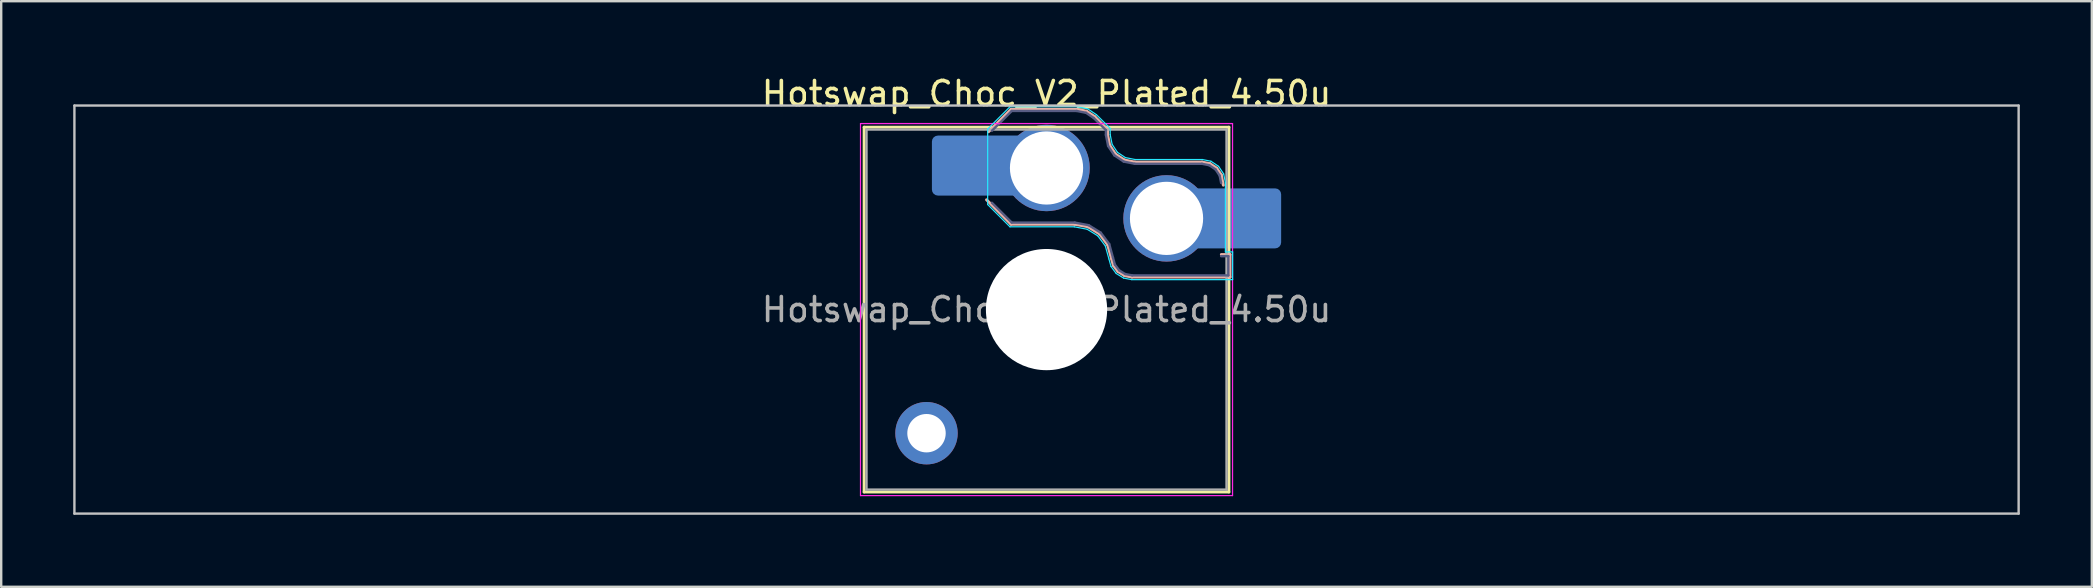
<source format=kicad_pcb>
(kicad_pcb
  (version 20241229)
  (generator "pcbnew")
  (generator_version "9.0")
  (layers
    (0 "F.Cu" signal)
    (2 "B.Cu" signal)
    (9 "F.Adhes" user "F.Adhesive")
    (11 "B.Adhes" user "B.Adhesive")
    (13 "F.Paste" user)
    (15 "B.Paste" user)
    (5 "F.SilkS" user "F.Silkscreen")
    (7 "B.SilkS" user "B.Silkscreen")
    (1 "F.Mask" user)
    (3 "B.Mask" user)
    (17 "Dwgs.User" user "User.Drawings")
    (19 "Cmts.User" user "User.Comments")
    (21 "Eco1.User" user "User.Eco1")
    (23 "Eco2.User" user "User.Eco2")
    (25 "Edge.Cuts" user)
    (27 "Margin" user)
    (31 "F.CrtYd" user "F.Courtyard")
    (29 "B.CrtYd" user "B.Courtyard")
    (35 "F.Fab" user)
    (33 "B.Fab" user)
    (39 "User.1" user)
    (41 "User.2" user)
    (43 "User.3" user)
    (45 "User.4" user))
  (footprint "Hotswap_Choc_V2_Plated_4.50u"
    (layer "F.Cu")
    (at 40.55 9.848)
    (property "Reference" "Hotswap_Choc_V2_Plated_4.50u" (at 0 -9 0) (layer "F.SilkS") (effects (font (size 1 1) (thickness 0.15))))
    (attr smd)
    (fp_line (start -7.6 -7.6) (end -7.6 7.6) (stroke (width 0.12) (type solid)) (layer "F.SilkS"))
    (fp_line (start -7.6 7.6) (end 7.6 7.6) (stroke (width 0.12) (type solid)) (layer "F.SilkS"))
    (fp_line (start 7.6 -7.6) (end -7.6 -7.6) (stroke (width 0.12) (type solid)) (layer "F.SilkS"))
    (fp_line (start 7.6 7.6) (end 7.6 -7.6) (stroke (width 0.12) (type solid)) (layer "F.SilkS"))
    (fp_line (start -2.416 -7.409) (end -1.479 -8.346) (stroke (width 0.12) (type solid)) (layer "B.SilkS"))
    (fp_line (start -1.479 -8.346) (end 1.268 -8.346) (stroke (width 0.12) (type solid)) (layer "B.SilkS"))
    (fp_line (start -1.479 -3.554) (end -2.5 -4.575) (stroke (width 0.12) (type solid)) (layer "B.SilkS"))
    (fp_line (start 1.168 -3.554) (end -1.479 -3.554) (stroke (width 0.12) (type solid)) (layer "B.SilkS"))
    (fp_line (start 1.268 -8.346) (end 1.671 -8.266) (stroke (width 0.12) (type solid)) (layer "B.SilkS"))
    (fp_line (start 1.671 -8.266) (end 2.013 -8.037) (stroke (width 0.12) (type solid)) (layer "B.SilkS"))
    (fp_line (start 1.73 -3.449) (end 1.168 -3.554) (stroke (width 0.12) (type solid)) (layer "B.SilkS"))
    (fp_line (start 2.013 -8.037) (end 2.546 -7.504) (stroke (width 0.12) (type solid)) (layer "B.SilkS"))
    (fp_line (start 2.209 -3.15) (end 1.73 -3.449) (stroke (width 0.12) (type solid)) (layer "B.SilkS"))
    (fp_line (start 2.546 -7.504) (end 2.546 -7.282) (stroke (width 0.12) (type solid)) (layer "B.SilkS"))
    (fp_line (start 2.546 -7.282) (end 2.633 -6.844) (stroke (width 0.12) (type solid)) (layer "B.SilkS"))
    (fp_line (start 2.547 -2.697) (end 2.209 -3.15) (stroke (width 0.12) (type solid)) (layer "B.SilkS"))
    (fp_line (start 2.633 -6.844) (end 2.877 -6.477) (stroke (width 0.12) (type solid)) (layer "B.SilkS"))
    (fp_line (start 2.701 -2.139) (end 2.547 -2.697) (stroke (width 0.12) (type solid)) (layer "B.SilkS"))
    (fp_line (start 2.783 -1.841) (end 2.701 -2.139) (stroke (width 0.12) (type solid)) (layer "B.SilkS"))
    (fp_line (start 2.877 -6.477) (end 3.244 -6.233) (stroke (width 0.12) (type solid)) (layer "B.SilkS"))
    (fp_line (start 2.976 -1.583) (end 2.783 -1.841) (stroke (width 0.12) (type solid)) (layer "B.SilkS"))
    (fp_line (start 3.244 -6.233) (end 3.682 -6.146) (stroke (width 0.12) (type solid)) (layer "B.SilkS"))
    (fp_line (start 3.25 -1.413) (end 2.976 -1.583) (stroke (width 0.12) (type solid)) (layer "B.SilkS"))
    (fp_line (start 3.56 -1.354) (end 3.25 -1.413) (stroke (width 0.12) (type solid)) (layer "B.SilkS"))
    (fp_line (start 3.682 -6.146) (end 6.482 -6.146) (stroke (width 0.12) (type solid)) (layer "B.SilkS"))
    (fp_line (start 6.482 -6.146) (end 6.809 -6.081) (stroke (width 0.12) (type solid)) (layer "B.SilkS"))
    (fp_line (start 6.809 -6.081) (end 7.092 -5.892) (stroke (width 0.12) (type solid)) (layer "B.SilkS"))
    (fp_line (start 7.092 -5.892) (end 7.281 -5.609) (stroke (width 0.12) (type solid)) (layer "B.SilkS"))
    (fp_line (start 7.281 -5.609) (end 7.366 -5.182) (stroke (width 0.12) (type solid)) (layer "B.SilkS"))
    (fp_line (start 7.283 -2.296) (end 7.646 -2.296) (stroke (width 0.12) (type solid)) (layer "B.SilkS"))
    (fp_line (start 7.646 -2.296) (end 7.646 -1.354) (stroke (width 0.12) (type solid)) (layer "B.SilkS"))
    (fp_line (start 7.646 -1.354) (end 3.56 -1.354) (stroke (width 0.12) (type solid)) (layer "B.SilkS"))
    (fp_line (start -40.5 -8.5) (end -40.5 8.5) (stroke (width 0.1) (type solid)) (layer "Dwgs.User"))
    (fp_line (start -40.5 8.5) (end 40.5 8.5) (stroke (width 0.1) (type solid)) (layer "Dwgs.User"))
    (fp_line (start 40.5 -8.5) (end -40.5 -8.5) (stroke (width 0.1) (type solid)) (layer "Dwgs.User"))
    (fp_line (start 40.5 8.5) (end 40.5 -8.5) (stroke (width 0.1) (type solid)) (layer "Dwgs.User"))
    (fp_line (start -7.25 -7.25) (end -7.25 7.25) (stroke (width 0.1) (type solid)) (layer "Eco1.User"))
    (fp_line (start -7.25 7.25) (end 7.25 7.25) (stroke (width 0.1) (type solid)) (layer "Eco1.User"))
    (fp_line (start 7.25 -7.25) (end -7.25 -7.25) (stroke (width 0.1) (type solid)) (layer "Eco1.User"))
    (fp_line (start 7.25 7.25) (end 7.25 -7.25) (stroke (width 0.1) (type solid)) (layer "Eco1.User"))
    (fp_line (start -2.452 -7.523) (end -1.523 -8.452) (stroke (width 0.05) (type solid)) (layer "B.CrtYd"))
    (fp_line (start -2.452 -4.377) (end -2.452 -7.523) (stroke (width 0.05) (type solid)) (layer "B.CrtYd"))
    (fp_line (start -1.523 -8.452) (end 1.278 -8.452) (stroke (width 0.05) (type solid)) (layer "B.CrtYd"))
    (fp_line (start -1.523 -3.448) (end -2.452 -4.377) (stroke (width 0.05) (type solid)) (layer "B.CrtYd"))
    (fp_line (start 1.159 -3.448) (end -1.523 -3.448) (stroke (width 0.05) (type solid)) (layer "B.CrtYd"))
    (fp_line (start 1.278 -8.452) (end 1.712 -8.366) (stroke (width 0.05) (type solid)) (layer "B.CrtYd"))
    (fp_line (start 1.691 -3.348) (end 1.159 -3.448) (stroke (width 0.05) (type solid)) (layer "B.CrtYd"))
    (fp_line (start 1.712 -8.366) (end 2.081 -8.119) (stroke (width 0.05) (type solid)) (layer "B.CrtYd"))
    (fp_line (start 2.081 -8.119) (end 2.652 -7.548) (stroke (width 0.05) (type solid)) (layer "B.CrtYd"))
    (fp_line (start 2.136 -3.071) (end 1.691 -3.348) (stroke (width 0.05) (type solid)) (layer "B.CrtYd"))
    (fp_line (start 2.45 -2.65) (end 2.136 -3.071) (stroke (width 0.05) (type solid)) (layer "B.CrtYd"))
    (fp_line (start 2.599 -2.111) (end 2.45 -2.65) (stroke (width 0.05) (type solid)) (layer "B.CrtYd"))
    (fp_line (start 2.652 -7.548) (end 2.652 -7.292) (stroke (width 0.05) (type solid)) (layer "B.CrtYd"))
    (fp_line (start 2.652 -7.292) (end 2.733 -6.885) (stroke (width 0.05) (type solid)) (layer "B.CrtYd"))
    (fp_line (start 2.687 -1.794) (end 2.599 -2.111) (stroke (width 0.05) (type solid)) (layer "B.CrtYd"))
    (fp_line (start 2.733 -6.885) (end 2.953 -6.553) (stroke (width 0.05) (type solid)) (layer "B.CrtYd"))
    (fp_line (start 2.903 -1.503) (end 2.687 -1.794) (stroke (width 0.05) (type solid)) (layer "B.CrtYd"))
    (fp_line (start 2.953 -6.553) (end 3.285 -6.333) (stroke (width 0.05) (type solid)) (layer "B.CrtYd"))
    (fp_line (start 3.211 -1.312) (end 2.903 -1.503) (stroke (width 0.05) (type solid)) (layer "B.CrtYd"))
    (fp_line (start 3.285 -6.333) (end 3.692 -6.252) (stroke (width 0.05) (type solid)) (layer "B.CrtYd"))
    (fp_line (start 3.55 -1.248) (end 3.211 -1.312) (stroke (width 0.05) (type solid)) (layer "B.CrtYd"))
    (fp_line (start 3.692 -6.252) (end 6.492 -6.252) (stroke (width 0.05) (type solid)) (layer "B.CrtYd"))
    (fp_line (start 6.492 -6.252) (end 6.85 -6.181) (stroke (width 0.05) (type solid)) (layer "B.CrtYd"))
    (fp_line (start 6.85 -6.181) (end 7.168 -5.968) (stroke (width 0.05) (type solid)) (layer "B.CrtYd"))
    (fp_line (start 7.168 -5.968) (end 7.381 -5.65) (stroke (width 0.05) (type solid)) (layer "B.CrtYd"))
    (fp_line (start 7.381 -5.65) (end 7.452 -5.292) (stroke (width 0.05) (type solid)) (layer "B.CrtYd"))
    (fp_line (start 7.452 -5.292) (end 7.452 -2.402) (stroke (width 0.05) (type solid)) (layer "B.CrtYd"))
    (fp_line (start 7.452 -2.402) (end 7.752 -2.402) (stroke (width 0.05) (type solid)) (layer "B.CrtYd"))
    (fp_line (start 7.752 -2.402) (end 7.752 -1.248) (stroke (width 0.05) (type solid)) (layer "B.CrtYd"))
    (fp_line (start 7.752 -1.248) (end 3.55 -1.248) (stroke (width 0.05) (type solid)) (layer "B.CrtYd"))
    (fp_line (start -7.75 -7.75) (end -7.75 7.75) (stroke (width 0.05) (type solid)) (layer "F.CrtYd"))
    (fp_line (start -7.75 7.75) (end 7.75 7.75) (stroke (width 0.05) (type solid)) (layer "F.CrtYd"))
    (fp_line (start 7.75 -7.75) (end -7.75 -7.75) (stroke (width 0.05) (type solid)) (layer "F.CrtYd"))
    (fp_line (start 7.75 7.75) (end 7.75 -7.75) (stroke (width 0.05) (type solid)) (layer "F.CrtYd"))
    (fp_line (start -2.275 -7.45) (end -1.45 -8.275) (stroke (width 0.1) (type solid)) (layer "B.Fab"))
    (fp_line (start -1.45 -8.275) (end 1.261 -8.275) (stroke (width 0.1) (type solid)) (layer "B.Fab"))
    (fp_line (start -1.45 -3.625) (end -2.275 -4.45) (stroke (width 0.1) (type solid)) (layer "B.Fab"))
    (fp_line (start 1.175 -3.625) (end -1.45 -3.625) (stroke (width 0.1) (type solid)) (layer "B.Fab"))
    (fp_line (start 1.261 -8.275) (end 1.643 -8.199) (stroke (width 0.1) (type solid)) (layer "B.Fab"))
    (fp_line (start 1.643 -8.199) (end 1.968 -7.982) (stroke (width 0.1) (type solid)) (layer "B.Fab"))
    (fp_line (start 1.756 -3.516) (end 1.175 -3.625) (stroke (width 0.1) (type solid)) (layer "B.Fab"))
    (fp_line (start 1.968 -7.982) (end 2.475 -7.475) (stroke (width 0.1) (type solid)) (layer "B.Fab"))
    (fp_line (start 2.258 -3.203) (end 1.756 -3.516) (stroke (width 0.1) (type solid)) (layer "B.Fab"))
    (fp_line (start 2.475 -7.475) (end 2.475 -7.275) (stroke (width 0.1) (type solid)) (layer "B.Fab"))
    (fp_line (start 2.475 -7.275) (end 2.566 -6.816) (stroke (width 0.1) (type solid)) (layer "B.Fab"))
    (fp_line (start 2.566 -6.816) (end 2.826 -6.426) (stroke (width 0.1) (type solid)) (layer "B.Fab"))
    (fp_line (start 2.612 -2.729) (end 2.258 -3.203) (stroke (width 0.1) (type solid)) (layer "B.Fab"))
    (fp_line (start 2.769 -2.158) (end 2.612 -2.729) (stroke (width 0.1) (type solid)) (layer "B.Fab"))
    (fp_line (start 2.826 -6.426) (end 3.216 -6.166) (stroke (width 0.1) (type solid)) (layer "B.Fab"))
    (fp_line (start 2.848 -1.873) (end 2.769 -2.158) (stroke (width 0.1) (type solid)) (layer "B.Fab"))
    (fp_line (start 3.025 -1.636) (end 2.848 -1.873) (stroke (width 0.1) (type solid)) (layer "B.Fab"))
    (fp_line (start 3.216 -6.166) (end 3.675 -6.075) (stroke (width 0.1) (type solid)) (layer "B.Fab"))
    (fp_line (start 3.276 -1.48) (end 3.025 -1.636) (stroke (width 0.1) (type solid)) (layer "B.Fab"))
    (fp_line (start 3.567 -1.425) (end 3.276 -1.48) (stroke (width 0.1) (type solid)) (layer "B.Fab"))
    (fp_line (start 3.675 -6.075) (end 6.475 -6.075) (stroke (width 0.1) (type solid)) (layer "B.Fab"))
    (fp_line (start 6.475 -6.075) (end 6.781 -6.014) (stroke (width 0.1) (type solid)) (layer "B.Fab"))
    (fp_line (start 6.781 -6.014) (end 7.041 -5.841) (stroke (width 0.1) (type solid)) (layer "B.Fab"))
    (fp_line (start 7.041 -5.841) (end 7.214 -5.581) (stroke (width 0.1) (type solid)) (layer "B.Fab"))
    (fp_line (start 7.214 -5.581) (end 7.275 -5.275) (stroke (width 0.1) (type solid)) (layer "B.Fab"))
    (fp_line (start 7.275 -2.225) (end 7.575 -2.225) (stroke (width 0.1) (type solid)) (layer "B.Fab"))
    (fp_line (start 7.575 -2.225) (end 7.575 -1.425) (stroke (width 0.1) (type solid)) (layer "B.Fab"))
    (fp_line (start 7.575 -1.425) (end 3.567 -1.425) (stroke (width 0.1) (type solid)) (layer "B.Fab"))
    (fp_line (start -7.5 -7.5) (end -7.5 7.5) (stroke (width 0.1) (type solid)) (layer "F.Fab"))
    (fp_line (start -7.5 7.5) (end 7.5 7.5) (stroke (width 0.1) (type solid)) (layer "F.Fab"))
    (fp_line (start 7.5 -7.5) (end -7.5 -7.5) (stroke (width 0.1) (type solid)) (layer "F.Fab"))
    (fp_line (start 7.5 7.5) (end 7.5 -7.5) (stroke (width 0.1) (type solid)) (layer "F.Fab"))
    (fp_text user "${REFERENCE}" (at 0 0 0) (layer "F.Fab") (effects (font (size 1 1) (thickness 0.15))))
    (pad "" thru_hole circle (at -5 5.15) (size 2.6 2.6) (drill 1.6) (layers "*.Cu" "*.Mask"))
    (pad "" smd roundrect (at -3.5 -6) (size 2.55 2.5) (layers "B.Mask" "B.Paste") (roundrect_rratio 0.1))
    (pad "" np_thru_hole circle (at 0 0) (size 5.05 5.05) (drill 5.05) (layers "*.Cu" "*.Mask"))
    (pad "" smd roundrect (at 8.5 -3.8) (size 2.55 2.5) (layers "B.Mask" "B.Paste") (roundrect_rratio 0.1))
    (pad "1" smd roundrect (at -2.85 -6) (size 3.85 2.5) (layers "B.Cu") (roundrect_rratio 0.1))
    (pad "1" thru_hole circle (at 0 -5.9) (size 3.6 3.6) (drill 3.05) (layers "*.Cu" "*.Mask"))
    (pad "2" thru_hole circle (at 5 -3.8) (size 3.6 3.6) (drill 3.05) (layers "*.Cu" "*.Mask"))
    (pad "2" smd roundrect (at 7.85 -3.8) (size 3.85 2.5) (layers "B.Cu") (roundrect_rratio 0.1)))
  (gr_rect
    (start -3 -3)
    (end 84.1 21.398)
    (stroke (width 0.1) (type default))
    (fill no)
    (layer "Edge.Cuts")))
</source>
